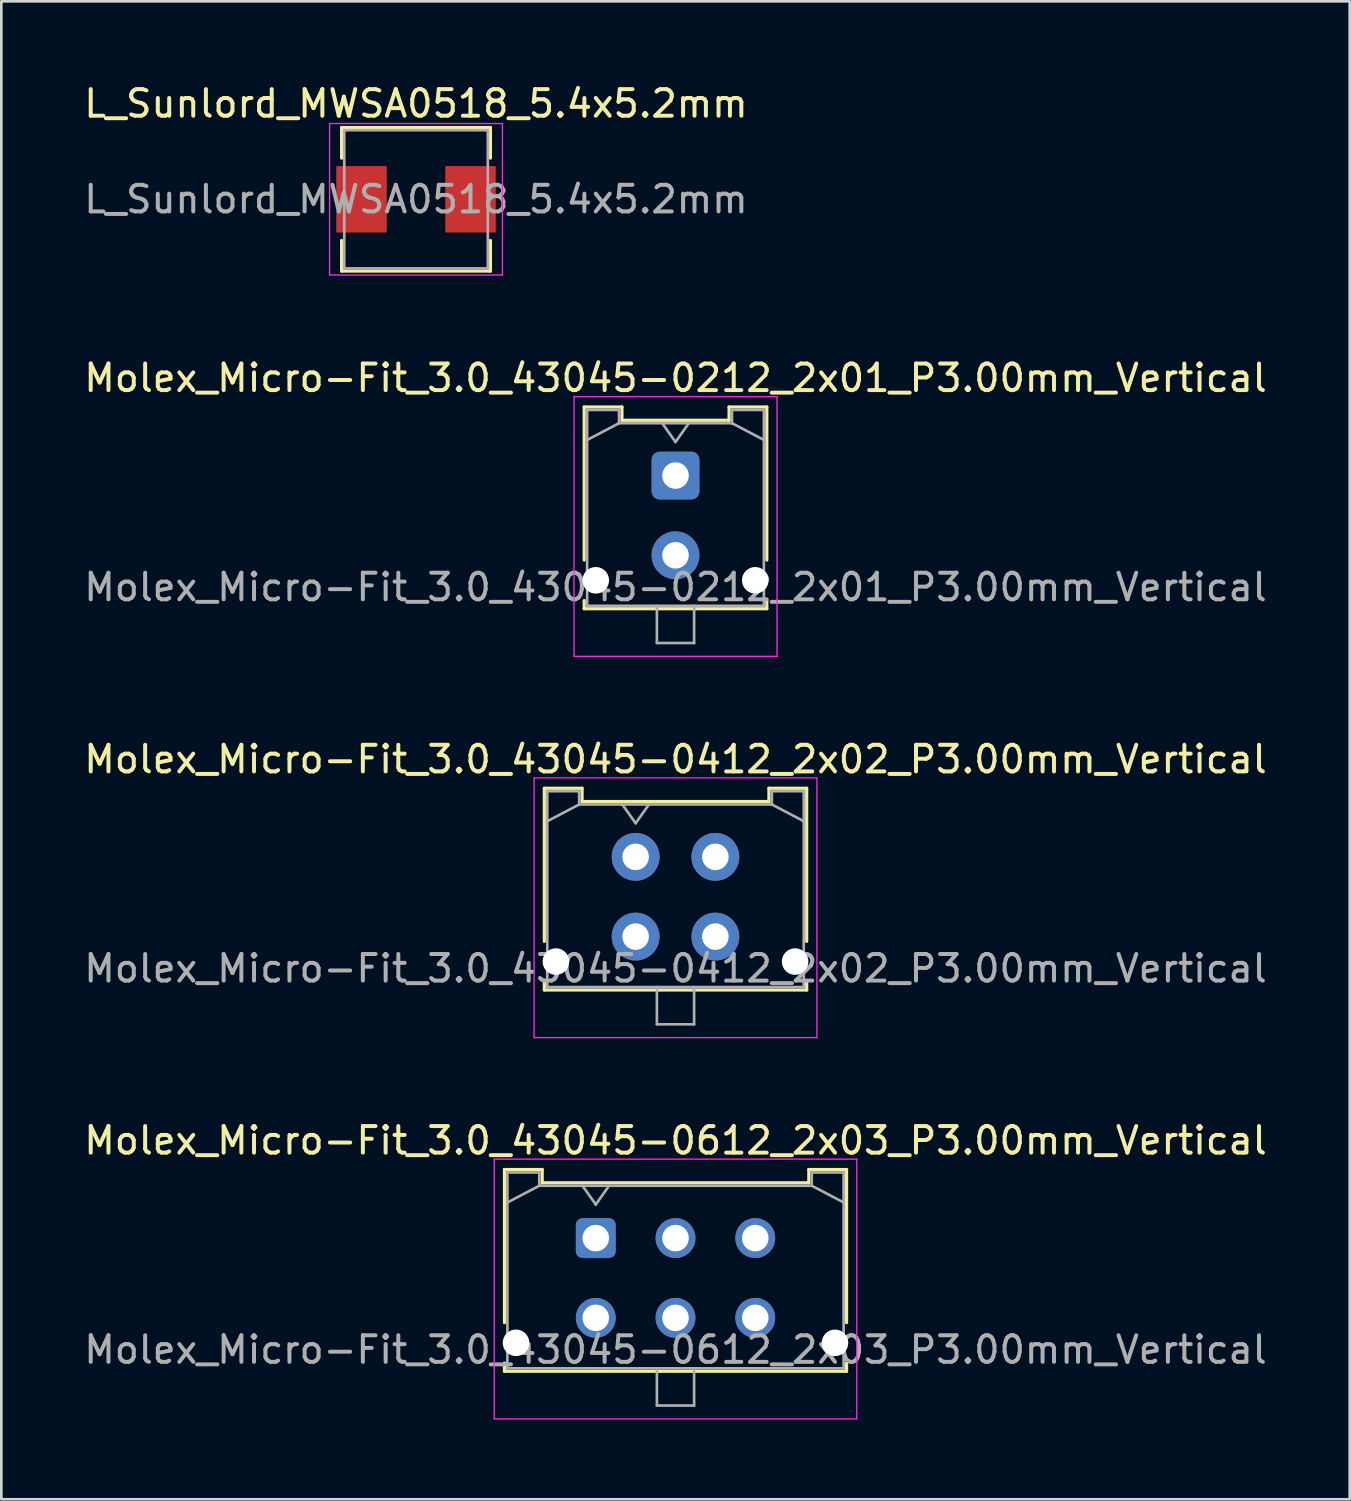
<source format=kicad_pcb>
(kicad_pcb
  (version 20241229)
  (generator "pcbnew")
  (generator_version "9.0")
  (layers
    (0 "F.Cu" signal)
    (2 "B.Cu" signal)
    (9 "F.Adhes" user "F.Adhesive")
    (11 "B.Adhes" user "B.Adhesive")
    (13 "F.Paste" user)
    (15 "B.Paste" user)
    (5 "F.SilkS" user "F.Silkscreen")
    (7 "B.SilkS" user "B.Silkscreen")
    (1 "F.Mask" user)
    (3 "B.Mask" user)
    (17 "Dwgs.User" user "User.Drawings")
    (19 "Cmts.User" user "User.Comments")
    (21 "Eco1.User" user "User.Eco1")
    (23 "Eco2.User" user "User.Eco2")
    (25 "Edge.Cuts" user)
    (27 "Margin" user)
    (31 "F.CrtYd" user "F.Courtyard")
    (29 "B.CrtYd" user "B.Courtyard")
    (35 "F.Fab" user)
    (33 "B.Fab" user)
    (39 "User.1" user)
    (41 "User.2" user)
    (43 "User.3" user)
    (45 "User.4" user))
  (footprint "L_Sunlord_MWSA0518_5.4x5.2mm"
    (layer "F.Cu")
    (at 12.601 4.448)
    (property "Reference" "L_Sunlord_MWSA0518_5.4x5.2mm" (at 0 -3.6 0) (layer "F.SilkS") (effects (font (size 1 1) (thickness 0.15))))
    (attr smd)
    (fp_line (start -2.8 -2.7) (end -2.8 -1.55) (stroke (width 0.12) (type solid)) (layer "F.SilkS"))
    (fp_line (start -2.8 -2.7) (end 2.8 -2.7) (stroke (width 0.12) (type solid)) (layer "F.SilkS"))
    (fp_line (start -2.8 2.7) (end -2.8 1.55) (stroke (width 0.12) (type solid)) (layer "F.SilkS"))
    (fp_line (start -2.8 2.7) (end 2.8 2.7) (stroke (width 0.12) (type solid)) (layer "F.SilkS"))
    (fp_line (start 2.8 -2.7) (end 2.8 -1.55) (stroke (width 0.12) (type solid)) (layer "F.SilkS"))
    (fp_line (start 2.8 2.7) (end 2.8 1.55) (stroke (width 0.12) (type solid)) (layer "F.SilkS"))
    (fp_line (start -3.25 -2.85) (end 3.25 -2.85) (stroke (width 0.05) (type solid)) (layer "F.CrtYd"))
    (fp_line (start -3.25 2.85) (end -3.25 -2.85) (stroke (width 0.05) (type solid)) (layer "F.CrtYd"))
    (fp_line (start 3.25 -2.85) (end 3.25 2.85) (stroke (width 0.05) (type solid)) (layer "F.CrtYd"))
    (fp_line (start 3.25 2.85) (end -3.25 2.85) (stroke (width 0.05) (type solid)) (layer "F.CrtYd"))
    (fp_line (start -2.7 -2.6) (end 2.7 -2.6) (stroke (width 0.1) (type solid)) (layer "F.Fab"))
    (fp_line (start -2.7 2.6) (end -2.7 -2.6) (stroke (width 0.1) (type solid)) (layer "F.Fab"))
    (fp_line (start 2.7 -2.6) (end 2.7 2.6) (stroke (width 0.1) (type solid)) (layer "F.Fab"))
    (fp_line (start 2.7 2.6) (end -2.7 2.6) (stroke (width 0.1) (type solid)) (layer "F.Fab"))
    (fp_text user "${REFERENCE}" (at 0 0 0) (layer "F.Fab") (effects (font (size 1 1) (thickness 0.15))))
    (pad "1" smd rect (at -2.05 0) (size 1.9 2.5) (layers "F.Cu" "F.Mask" "F.Paste"))
    (pad "2" smd rect (at 2.05 0) (size 1.9 2.5) (layers "F.Cu" "F.Mask" "F.Paste")))
  (footprint "Molex_Micro-Fit_3.0_43045-0612_2x03_P3.00mm_Vertical"
    (layer "F.Cu")
    (at 19.363 43.528)
    (property "Reference" "Molex_Micro-Fit_3.0_43045-0612_2x03_P3.00mm_Vertical" (at 3 -3.67 0) (layer "F.SilkS") (effects (font (size 1 1) (thickness 0.15))))
    (attr through_hole)
    (fp_line (start -3.435 -2.58) (end -2.015 -2.58) (stroke (width 0.12) (type solid)) (layer "F.SilkS"))
    (fp_line (start -3.435 3.18) (end -3.435 -2.58) (stroke (width 0.12) (type solid)) (layer "F.SilkS"))
    (fp_line (start -3.435 4.7) (end -3.435 5.01) (stroke (width 0.12) (type solid)) (layer "F.SilkS"))
    (fp_line (start -3.435 5.01) (end 9.435 5.01) (stroke (width 0.12) (type solid)) (layer "F.SilkS"))
    (fp_line (start -2.015 -2.58) (end -2.015 -2.08) (stroke (width 0.12) (type solid)) (layer "F.SilkS"))
    (fp_line (start -2.015 -2.08) (end 8.015 -2.08) (stroke (width 0.12) (type solid)) (layer "F.SilkS"))
    (fp_line (start 8.015 -2.58) (end 9.435 -2.58) (stroke (width 0.12) (type solid)) (layer "F.SilkS"))
    (fp_line (start 8.015 -2.08) (end 8.015 -2.58) (stroke (width 0.12) (type solid)) (layer "F.SilkS"))
    (fp_line (start 9.435 -2.58) (end 9.435 3.18) (stroke (width 0.12) (type solid)) (layer "F.SilkS"))
    (fp_line (start 9.435 5.01) (end 9.435 4.7) (stroke (width 0.12) (type solid)) (layer "F.SilkS"))
    (fp_line (start -3.82 -2.97) (end 9.82 -2.97) (stroke (width 0.05) (type solid)) (layer "F.CrtYd"))
    (fp_line (start -3.82 6.8) (end -3.82 -2.97) (stroke (width 0.05) (type solid)) (layer "F.CrtYd"))
    (fp_line (start 9.82 -2.97) (end 9.82 6.8) (stroke (width 0.05) (type solid)) (layer "F.CrtYd"))
    (fp_line (start 9.82 6.8) (end -3.82 6.8) (stroke (width 0.05) (type solid)) (layer "F.CrtYd"))
    (fp_line (start -3.325 -2.47) (end -3.325 4.9) (stroke (width 0.1) (type solid)) (layer "F.Fab"))
    (fp_line (start -3.325 -1.34) (end -2.125 -1.97) (stroke (width 0.1) (type solid)) (layer "F.Fab"))
    (fp_line (start -3.325 4.9) (end 9.325 4.9) (stroke (width 0.1) (type solid)) (layer "F.Fab"))
    (fp_line (start -2.125 -2.47) (end -3.325 -2.47) (stroke (width 0.1) (type solid)) (layer "F.Fab"))
    (fp_line (start -2.125 -1.97) (end -2.125 -2.47) (stroke (width 0.1) (type solid)) (layer "F.Fab"))
    (fp_line (start -0.5 -1.97) (end 0 -1.263) (stroke (width 0.1) (type solid)) (layer "F.Fab"))
    (fp_line (start 0 -1.263) (end 0.5 -1.97) (stroke (width 0.1) (type solid)) (layer "F.Fab"))
    (fp_line (start 2.3 4.9) (end 2.3 6.3) (stroke (width 0.1) (type solid)) (layer "F.Fab"))
    (fp_line (start 2.3 6.3) (end 3.7 6.3) (stroke (width 0.1) (type solid)) (layer "F.Fab"))
    (fp_line (start 3.7 6.3) (end 3.7 4.9) (stroke (width 0.1) (type solid)) (layer "F.Fab"))
    (fp_line (start 8.125 -2.47) (end 8.125 -1.97) (stroke (width 0.1) (type solid)) (layer "F.Fab"))
    (fp_line (start 8.125 -1.97) (end -2.125 -1.97) (stroke (width 0.1) (type solid)) (layer "F.Fab"))
    (fp_line (start 9.325 -2.47) (end 8.125 -2.47) (stroke (width 0.1) (type solid)) (layer "F.Fab"))
    (fp_line (start 9.325 -1.34) (end 8.125 -1.97) (stroke (width 0.1) (type solid)) (layer "F.Fab"))
    (fp_line (start 9.325 4.9) (end 9.325 -2.47) (stroke (width 0.1) (type solid)) (layer "F.Fab"))
    (fp_text user "${REFERENCE}" (at 3 4.2 0) (layer "F.Fab") (effects (font (size 1 1) (thickness 0.15))))
    (pad "" np_thru_hole circle (at -3 3.94) (size 1 1) (drill 1) (layers "*.Cu" "*.Mask"))
    (pad "" np_thru_hole circle (at 9 3.94) (size 1 1) (drill 1) (layers "*.Cu" "*.Mask"))
    (pad "1" thru_hole roundrect (at 0 0) (size 1.5 1.5) (drill 1) (layers "*.Cu" "*.Mask") (roundrect_rratio 0.167))
    (pad "2" thru_hole circle (at 3 0) (size 1.5 1.5) (drill 1) (layers "*.Cu" "*.Mask"))
    (pad "3" thru_hole circle (at 6 0) (size 1.5 1.5) (drill 1) (layers "*.Cu" "*.Mask"))
    (pad "4" thru_hole circle (at 0 3) (size 1.5 1.5) (drill 1) (layers "*.Cu" "*.Mask"))
    (pad "5" thru_hole circle (at 3 3) (size 1.5 1.5) (drill 1) (layers "*.Cu" "*.Mask"))
    (pad "6" thru_hole circle (at 6 3) (size 1.5 1.5) (drill 1) (layers "*.Cu" "*.Mask")))
  (footprint "Molex_Micro-Fit_3.0_43045-0212_2x01_P3.00mm_Vertical"
    (layer "F.Cu")
    (at 22.363 14.841)
    (property "Reference" "Molex_Micro-Fit_3.0_43045-0212_2x01_P3.00mm_Vertical" (at 0 -3.67 0) (layer "F.SilkS") (effects (font (size 1 1) (thickness 0.15))))
    (attr through_hole)
    (fp_line (start -3.435 -2.58) (end -2.015 -2.58) (stroke (width 0.12) (type solid)) (layer "F.SilkS"))
    (fp_line (start -3.435 3.18) (end -3.435 -2.58) (stroke (width 0.12) (type solid)) (layer "F.SilkS"))
    (fp_line (start -3.435 4.7) (end -3.435 5.01) (stroke (width 0.12) (type solid)) (layer "F.SilkS"))
    (fp_line (start -3.435 5.01) (end 3.435 5.01) (stroke (width 0.12) (type solid)) (layer "F.SilkS"))
    (fp_line (start -2.015 -2.58) (end -2.015 -2.08) (stroke (width 0.12) (type solid)) (layer "F.SilkS"))
    (fp_line (start -2.015 -2.08) (end 2.015 -2.08) (stroke (width 0.12) (type solid)) (layer "F.SilkS"))
    (fp_line (start 2.015 -2.58) (end 3.435 -2.58) (stroke (width 0.12) (type solid)) (layer "F.SilkS"))
    (fp_line (start 2.015 -2.08) (end 2.015 -2.58) (stroke (width 0.12) (type solid)) (layer "F.SilkS"))
    (fp_line (start 3.435 -2.58) (end 3.435 3.18) (stroke (width 0.12) (type solid)) (layer "F.SilkS"))
    (fp_line (start 3.435 5.01) (end 3.435 4.7) (stroke (width 0.12) (type solid)) (layer "F.SilkS"))
    (fp_line (start -3.82 -2.97) (end 3.82 -2.97) (stroke (width 0.05) (type solid)) (layer "F.CrtYd"))
    (fp_line (start -3.82 6.8) (end -3.82 -2.97) (stroke (width 0.05) (type solid)) (layer "F.CrtYd"))
    (fp_line (start 3.82 -2.97) (end 3.82 6.8) (stroke (width 0.05) (type solid)) (layer "F.CrtYd"))
    (fp_line (start 3.82 6.8) (end -3.82 6.8) (stroke (width 0.05) (type solid)) (layer "F.CrtYd"))
    (fp_line (start -3.325 -2.47) (end -3.325 4.9) (stroke (width 0.1) (type solid)) (layer "F.Fab"))
    (fp_line (start -3.325 -1.34) (end -2.125 -1.97) (stroke (width 0.1) (type solid)) (layer "F.Fab"))
    (fp_line (start -3.325 4.9) (end 3.325 4.9) (stroke (width 0.1) (type solid)) (layer "F.Fab"))
    (fp_line (start -2.125 -2.47) (end -3.325 -2.47) (stroke (width 0.1) (type solid)) (layer "F.Fab"))
    (fp_line (start -2.125 -1.97) (end -2.125 -2.47) (stroke (width 0.1) (type solid)) (layer "F.Fab"))
    (fp_line (start -0.7 4.9) (end -0.7 6.3) (stroke (width 0.1) (type solid)) (layer "F.Fab"))
    (fp_line (start -0.7 6.3) (end 0.7 6.3) (stroke (width 0.1) (type solid)) (layer "F.Fab"))
    (fp_line (start -0.5 -1.97) (end 0 -1.263) (stroke (width 0.1) (type solid)) (layer "F.Fab"))
    (fp_line (start 0 -1.263) (end 0.5 -1.97) (stroke (width 0.1) (type solid)) (layer "F.Fab"))
    (fp_line (start 0.7 6.3) (end 0.7 4.9) (stroke (width 0.1) (type solid)) (layer "F.Fab"))
    (fp_line (start 2.125 -2.47) (end 2.125 -1.97) (stroke (width 0.1) (type solid)) (layer "F.Fab"))
    (fp_line (start 2.125 -1.97) (end -2.125 -1.97) (stroke (width 0.1) (type solid)) (layer "F.Fab"))
    (fp_line (start 3.325 -2.47) (end 2.125 -2.47) (stroke (width 0.1) (type solid)) (layer "F.Fab"))
    (fp_line (start 3.325 -1.34) (end 2.125 -1.97) (stroke (width 0.1) (type solid)) (layer "F.Fab"))
    (fp_line (start 3.325 4.9) (end 3.325 -2.47) (stroke (width 0.1) (type solid)) (layer "F.Fab"))
    (fp_text user "${REFERENCE}" (at 0 4.2 0) (layer "F.Fab") (effects (font (size 1 1) (thickness 0.15))))
    (pad "" np_thru_hole circle (at -3 3.94) (size 1 1) (drill 1) (layers "*.Cu" "*.Mask"))
    (pad "" np_thru_hole circle (at 3 3.94) (size 1 1) (drill 1) (layers "*.Cu" "*.Mask"))
    (pad "1" thru_hole roundrect (at 0 0) (size 1.8 1.8) (drill 1) (layers "*.Cu" "*.Mask") (roundrect_rratio 0.167))
    (pad "2" thru_hole circle (at 0 3) (size 1.8 1.8) (drill 1) (layers "*.Cu" "*.Mask")))
  (footprint "Molex_Micro-Fit_3.0_43045-0412_2x02_P3.00mm_Vertical"
    (layer "F.Cu")
    (at 20.863 29.185)
    (property "Reference" "Molex_Micro-Fit_3.0_43045-0412_2x02_P3.00mm_Vertical" (at 1.5 -3.67 0) (layer "F.SilkS") (effects (font (size 1 1) (thickness 0.15))))
    (attr through_hole)
    (fp_line (start -3.435 -2.58) (end -2.015 -2.58) (stroke (width 0.12) (type solid)) (layer "F.SilkS"))
    (fp_line (start -3.435 3.18) (end -3.435 -2.58) (stroke (width 0.12) (type solid)) (layer "F.SilkS"))
    (fp_line (start -3.435 4.7) (end -3.435 5.01) (stroke (width 0.12) (type solid)) (layer "F.SilkS"))
    (fp_line (start -3.435 5.01) (end 6.435 5.01) (stroke (width 0.12) (type solid)) (layer "F.SilkS"))
    (fp_line (start -2.015 -2.58) (end -2.015 -2.08) (stroke (width 0.12) (type solid)) (layer "F.SilkS"))
    (fp_line (start -2.015 -2.08) (end 5.015 -2.08) (stroke (width 0.12) (type solid)) (layer "F.SilkS"))
    (fp_line (start 5.015 -2.58) (end 6.435 -2.58) (stroke (width 0.12) (type solid)) (layer "F.SilkS"))
    (fp_line (start 5.015 -2.08) (end 5.015 -2.58) (stroke (width 0.12) (type solid)) (layer "F.SilkS"))
    (fp_line (start 6.435 -2.58) (end 6.435 3.18) (stroke (width 0.12) (type solid)) (layer "F.SilkS"))
    (fp_line (start 6.435 5.01) (end 6.435 4.7) (stroke (width 0.12) (type solid)) (layer "F.SilkS"))
    (fp_line (start -3.82 -2.97) (end 6.82 -2.97) (stroke (width 0.05) (type solid)) (layer "F.CrtYd"))
    (fp_line (start -3.82 6.8) (end -3.82 -2.97) (stroke (width 0.05) (type solid)) (layer "F.CrtYd"))
    (fp_line (start 6.82 -2.97) (end 6.82 6.8) (stroke (width 0.05) (type solid)) (layer "F.CrtYd"))
    (fp_line (start 6.82 6.8) (end -3.82 6.8) (stroke (width 0.05) (type solid)) (layer "F.CrtYd"))
    (fp_line (start -3.325 -2.47) (end -3.325 4.9) (stroke (width 0.1) (type solid)) (layer "F.Fab"))
    (fp_line (start -3.325 -1.34) (end -2.125 -1.97) (stroke (width 0.1) (type solid)) (layer "F.Fab"))
    (fp_line (start -3.325 4.9) (end 6.325 4.9) (stroke (width 0.1) (type solid)) (layer "F.Fab"))
    (fp_line (start -2.125 -2.47) (end -3.325 -2.47) (stroke (width 0.1) (type solid)) (layer "F.Fab"))
    (fp_line (start -2.125 -1.97) (end -2.125 -2.47) (stroke (width 0.1) (type solid)) (layer "F.Fab"))
    (fp_line (start -0.5 -1.97) (end 0 -1.263) (stroke (width 0.1) (type solid)) (layer "F.Fab"))
    (fp_line (start 0 -1.263) (end 0.5 -1.97) (stroke (width 0.1) (type solid)) (layer "F.Fab"))
    (fp_line (start 0.8 4.9) (end 0.8 6.3) (stroke (width 0.1) (type solid)) (layer "F.Fab"))
    (fp_line (start 0.8 6.3) (end 2.2 6.3) (stroke (width 0.1) (type solid)) (layer "F.Fab"))
    (fp_line (start 2.2 6.3) (end 2.2 4.9) (stroke (width 0.1) (type solid)) (layer "F.Fab"))
    (fp_line (start 5.125 -2.47) (end 5.125 -1.97) (stroke (width 0.1) (type solid)) (layer "F.Fab"))
    (fp_line (start 5.125 -1.97) (end -2.125 -1.97) (stroke (width 0.1) (type solid)) (layer "F.Fab"))
    (fp_line (start 6.325 -2.47) (end 5.125 -2.47) (stroke (width 0.1) (type solid)) (layer "F.Fab"))
    (fp_line (start 6.325 -1.34) (end 5.125 -1.97) (stroke (width 0.1) (type solid)) (layer "F.Fab"))
    (fp_line (start 6.325 4.9) (end 6.325 -2.47) (stroke (width 0.1) (type solid)) (layer "F.Fab"))
    (fp_text user "${REFERENCE}" (at 1.5 4.2 0) (layer "F.Fab") (effects (font (size 1 1) (thickness 0.15))))
    (pad "" np_thru_hole circle (at -3 3.94) (size 1 1) (drill 1) (layers "*.Cu" "*.Mask"))
    (pad "" np_thru_hole circle (at 6 3.94) (size 1 1) (drill 1) (layers "*.Cu" "*.Mask"))
    (pad "1" thru_hole circle (at 0 0) (size 1.8 1.8) (drill 1) (layers "*.Cu" "*.Mask"))
    (pad "2" thru_hole circle (at 3 0) (size 1.8 1.8) (drill 1) (layers "*.Cu" "*.Mask"))
    (pad "3" thru_hole circle (at 0 3) (size 1.8 1.8) (drill 1) (layers "*.Cu" "*.Mask"))
    (pad "4" thru_hole circle (at 3 3) (size 1.8 1.8) (drill 1) (layers "*.Cu" "*.Mask")))
  (gr_rect
    (start -3 -3)
    (end 47.726 53.353)
    (stroke (width 0.1) (type default))
    (fill no)
    (layer "Edge.Cuts")))
</source>
